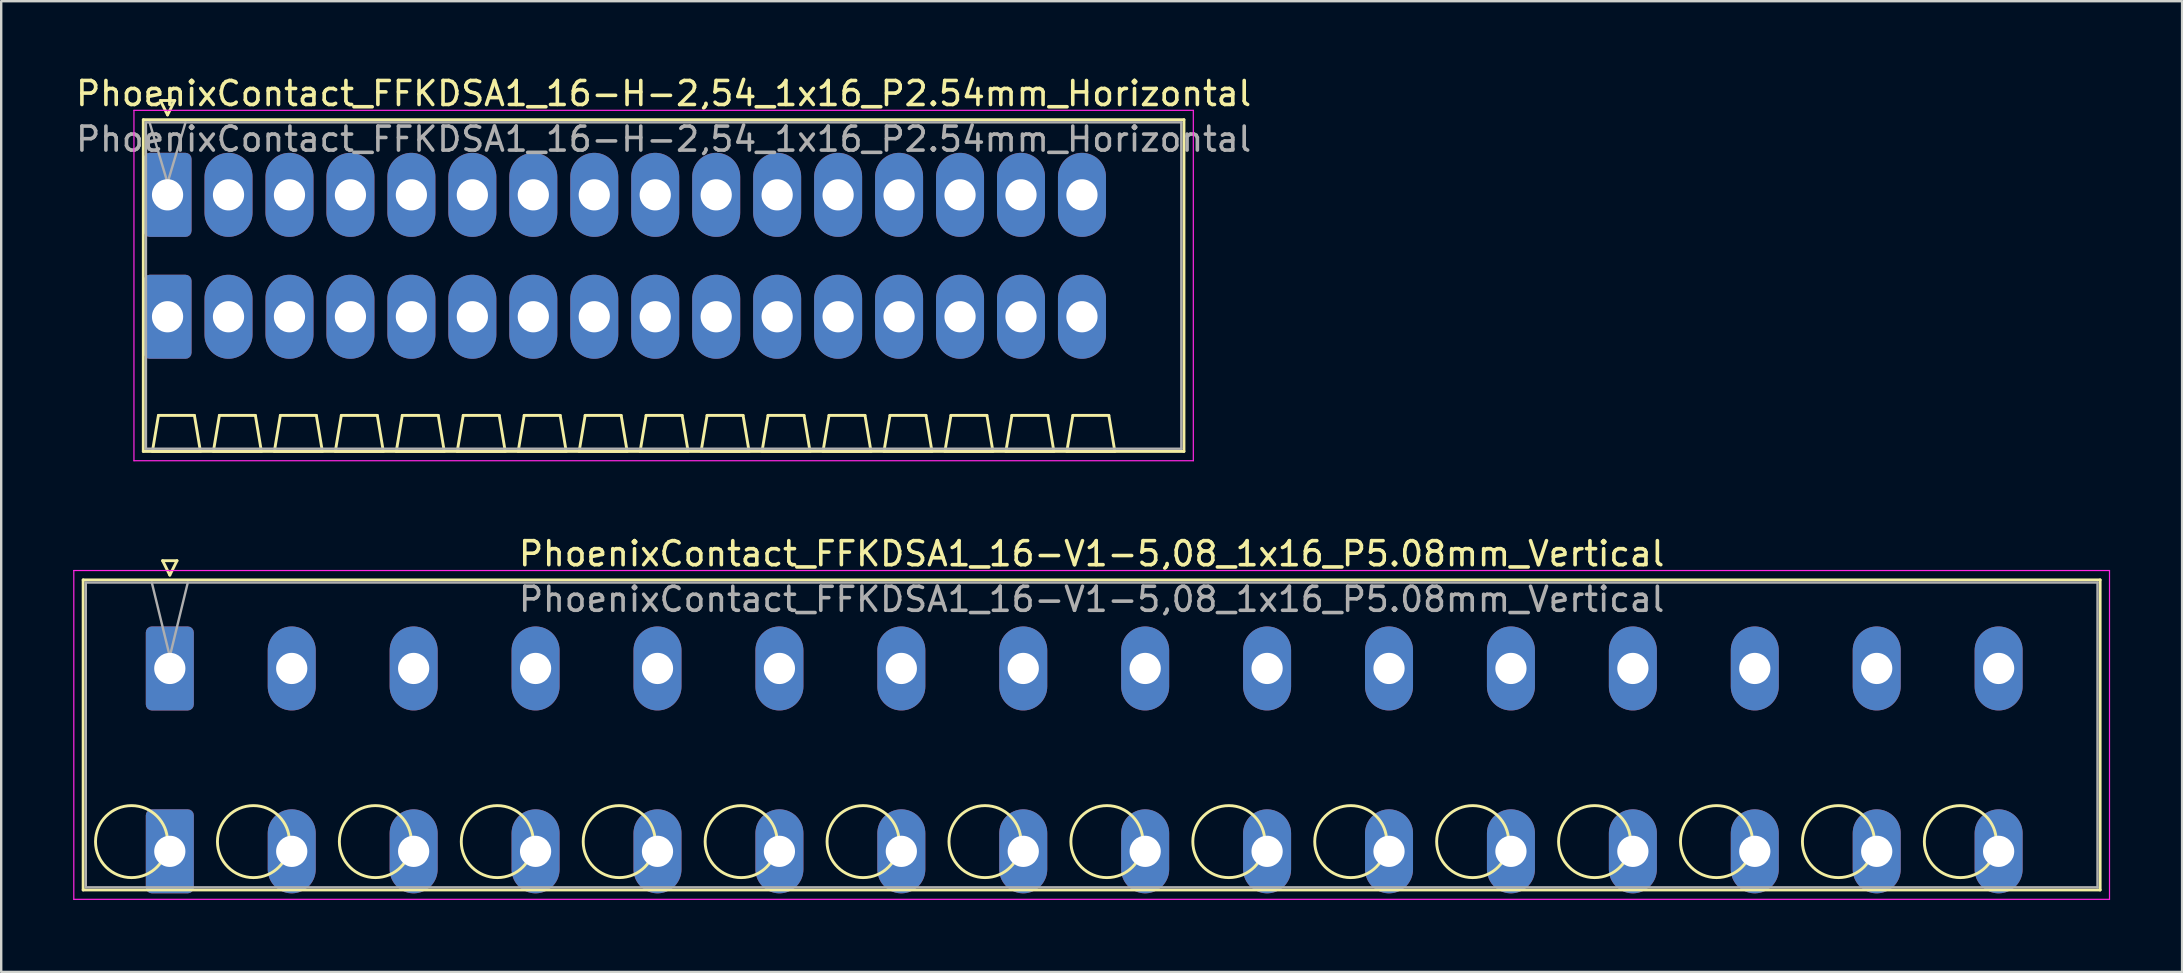
<source format=kicad_pcb>
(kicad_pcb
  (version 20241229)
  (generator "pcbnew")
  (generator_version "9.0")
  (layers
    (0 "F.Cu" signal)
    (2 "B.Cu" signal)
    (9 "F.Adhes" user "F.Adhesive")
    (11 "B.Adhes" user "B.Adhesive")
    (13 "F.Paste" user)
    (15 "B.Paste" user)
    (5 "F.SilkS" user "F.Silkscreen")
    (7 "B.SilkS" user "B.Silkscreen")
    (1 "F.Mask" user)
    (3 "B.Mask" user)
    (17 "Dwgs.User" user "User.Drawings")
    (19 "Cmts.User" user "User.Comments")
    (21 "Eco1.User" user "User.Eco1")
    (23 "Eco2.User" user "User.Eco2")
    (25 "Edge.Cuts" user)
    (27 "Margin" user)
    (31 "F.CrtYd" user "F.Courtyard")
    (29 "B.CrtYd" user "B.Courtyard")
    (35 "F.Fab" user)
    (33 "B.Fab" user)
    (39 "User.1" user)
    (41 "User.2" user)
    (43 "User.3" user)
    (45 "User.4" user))
  (footprint "PhoenixContact_FFKDSA1_16-V1-5,08_1x16_P5.08mm_Vertical"
    (layer "F.Cu")
    (at 4.025 24.802)
    (property "Reference" "PhoenixContact_FFKDSA1_16-V1-5,08_1x16_P5.08mm_Vertical" (at 38.41 -4.78 0) (layer "F.SilkS") (effects (font (size 1 1) (thickness 0.15))))
    (attr through_hole)
    (fp_line (start -3.61 -3.69) (end -3.61 9.23) (stroke (width 0.12) (type solid)) (layer "F.SilkS"))
    (fp_line (start -3.61 9.23) (end 80.43 9.23) (stroke (width 0.12) (type solid)) (layer "F.SilkS"))
    (fp_line (start -0.3 -4.49) (end 0.3 -4.49) (stroke (width 0.12) (type solid)) (layer "F.SilkS"))
    (fp_line (start 0 -3.89) (end -0.3 -4.49) (stroke (width 0.12) (type solid)) (layer "F.SilkS"))
    (fp_line (start 0.3 -4.49) (end 0 -3.89) (stroke (width 0.12) (type solid)) (layer "F.SilkS"))
    (fp_line (start 80.43 -3.69) (end -3.61 -3.69) (stroke (width 0.12) (type solid)) (layer "F.SilkS"))
    (fp_line (start 80.43 9.23) (end 80.43 -3.69) (stroke (width 0.12) (type solid)) (layer "F.SilkS"))
    (fp_circle (center -1.595 7.215) (end -0.095 7.215) (stroke (width 0.12) (type solid)) (fill no) (layer "F.SilkS"))
    (fp_circle (center 3.485 7.215) (end 4.985 7.215) (stroke (width 0.12) (type solid)) (fill no) (layer "F.SilkS"))
    (fp_circle (center 8.565 7.215) (end 10.065 7.215) (stroke (width 0.12) (type solid)) (fill no) (layer "F.SilkS"))
    (fp_circle (center 13.645 7.215) (end 15.145 7.215) (stroke (width 0.12) (type solid)) (fill no) (layer "F.SilkS"))
    (fp_circle (center 18.725 7.215) (end 20.225 7.215) (stroke (width 0.12) (type solid)) (fill no) (layer "F.SilkS"))
    (fp_circle (center 23.805 7.215) (end 25.305 7.215) (stroke (width 0.12) (type solid)) (fill no) (layer "F.SilkS"))
    (fp_circle (center 28.885 7.215) (end 30.385 7.215) (stroke (width 0.12) (type solid)) (fill no) (layer "F.SilkS"))
    (fp_circle (center 33.965 7.215) (end 35.465 7.215) (stroke (width 0.12) (type solid)) (fill no) (layer "F.SilkS"))
    (fp_circle (center 39.045 7.215) (end 40.545 7.215) (stroke (width 0.12) (type solid)) (fill no) (layer "F.SilkS"))
    (fp_circle (center 44.125 7.215) (end 45.625 7.215) (stroke (width 0.12) (type solid)) (fill no) (layer "F.SilkS"))
    (fp_circle (center 49.205 7.215) (end 50.705 7.215) (stroke (width 0.12) (type solid)) (fill no) (layer "F.SilkS"))
    (fp_circle (center 54.285 7.215) (end 55.785 7.215) (stroke (width 0.12) (type solid)) (fill no) (layer "F.SilkS"))
    (fp_circle (center 59.365 7.215) (end 60.865 7.215) (stroke (width 0.12) (type solid)) (fill no) (layer "F.SilkS"))
    (fp_circle (center 64.445 7.215) (end 65.945 7.215) (stroke (width 0.12) (type solid)) (fill no) (layer "F.SilkS"))
    (fp_circle (center 69.525 7.215) (end 71.025 7.215) (stroke (width 0.12) (type solid)) (fill no) (layer "F.SilkS"))
    (fp_circle (center 74.605 7.215) (end 76.105 7.215) (stroke (width 0.12) (type solid)) (fill no) (layer "F.SilkS"))
    (fp_line (start -4 -4.08) (end -4 9.62) (stroke (width 0.05) (type solid)) (layer "F.CrtYd"))
    (fp_line (start -4 9.62) (end 80.82 9.62) (stroke (width 0.05) (type solid)) (layer "F.CrtYd"))
    (fp_line (start 80.82 -4.08) (end -4 -4.08) (stroke (width 0.05) (type solid)) (layer "F.CrtYd"))
    (fp_line (start 80.82 9.62) (end 80.82 -4.08) (stroke (width 0.05) (type solid)) (layer "F.CrtYd"))
    (fp_line (start -3.5 -3.58) (end -3.5 9.12) (stroke (width 0.1) (type solid)) (layer "F.Fab"))
    (fp_line (start -3.5 9.12) (end 80.32 9.12) (stroke (width 0.1) (type solid)) (layer "F.Fab"))
    (fp_line (start 0 -0.5) (end -0.75 -3.58) (stroke (width 0.1) (type solid)) (layer "F.Fab"))
    (fp_line (start 0.75 -3.58) (end 0 -0.5) (stroke (width 0.1) (type solid)) (layer "F.Fab"))
    (fp_line (start 80.32 -3.58) (end -3.5 -3.58) (stroke (width 0.1) (type solid)) (layer "F.Fab"))
    (fp_line (start 80.32 9.12) (end 80.32 -3.58) (stroke (width 0.1) (type solid)) (layer "F.Fab"))
    (fp_text user "${REFERENCE}" (at 38.41 -2.88 0) (layer "F.Fab") (effects (font (size 1 1) (thickness 0.15))))
    (pad "1" thru_hole roundrect (at 0 0) (size 2 3.5) (drill 1.3) (layers "*.Cu" "*.Mask") (roundrect_rratio 0.125))
    (pad "1" thru_hole roundrect (at 0 7.62) (size 2 3.5) (drill 1.3) (layers "*.Cu" "*.Mask") (roundrect_rratio 0.125))
    (pad "2" thru_hole oval (at 5.08 0) (size 2 3.5) (drill 1.3) (layers "*.Cu" "*.Mask"))
    (pad "2" thru_hole oval (at 5.08 7.62) (size 2 3.5) (drill 1.3) (layers "*.Cu" "*.Mask"))
    (pad "3" thru_hole oval (at 10.16 0) (size 2 3.5) (drill 1.3) (layers "*.Cu" "*.Mask"))
    (pad "3" thru_hole oval (at 10.16 7.62) (size 2 3.5) (drill 1.3) (layers "*.Cu" "*.Mask"))
    (pad "4" thru_hole oval (at 15.24 0) (size 2 3.5) (drill 1.3) (layers "*.Cu" "*.Mask"))
    (pad "4" thru_hole oval (at 15.24 7.62) (size 2 3.5) (drill 1.3) (layers "*.Cu" "*.Mask"))
    (pad "5" thru_hole oval (at 20.32 0) (size 2 3.5) (drill 1.3) (layers "*.Cu" "*.Mask"))
    (pad "5" thru_hole oval (at 20.32 7.62) (size 2 3.5) (drill 1.3) (layers "*.Cu" "*.Mask"))
    (pad "6" thru_hole oval (at 25.4 0) (size 2 3.5) (drill 1.3) (layers "*.Cu" "*.Mask"))
    (pad "6" thru_hole oval (at 25.4 7.62) (size 2 3.5) (drill 1.3) (layers "*.Cu" "*.Mask"))
    (pad "7" thru_hole oval (at 30.48 0) (size 2 3.5) (drill 1.3) (layers "*.Cu" "*.Mask"))
    (pad "7" thru_hole oval (at 30.48 7.62) (size 2 3.5) (drill 1.3) (layers "*.Cu" "*.Mask"))
    (pad "8" thru_hole oval (at 35.56 0) (size 2 3.5) (drill 1.3) (layers "*.Cu" "*.Mask"))
    (pad "8" thru_hole oval (at 35.56 7.62) (size 2 3.5) (drill 1.3) (layers "*.Cu" "*.Mask"))
    (pad "9" thru_hole oval (at 40.64 0) (size 2 3.5) (drill 1.3) (layers "*.Cu" "*.Mask"))
    (pad "9" thru_hole oval (at 40.64 7.62) (size 2 3.5) (drill 1.3) (layers "*.Cu" "*.Mask"))
    (pad "10" thru_hole oval (at 45.72 0) (size 2 3.5) (drill 1.3) (layers "*.Cu" "*.Mask"))
    (pad "10" thru_hole oval (at 45.72 7.62) (size 2 3.5) (drill 1.3) (layers "*.Cu" "*.Mask"))
    (pad "11" thru_hole oval (at 50.8 0) (size 2 3.5) (drill 1.3) (layers "*.Cu" "*.Mask"))
    (pad "11" thru_hole oval (at 50.8 7.62) (size 2 3.5) (drill 1.3) (layers "*.Cu" "*.Mask"))
    (pad "12" thru_hole oval (at 55.88 0) (size 2 3.5) (drill 1.3) (layers "*.Cu" "*.Mask"))
    (pad "12" thru_hole oval (at 55.88 7.62) (size 2 3.5) (drill 1.3) (layers "*.Cu" "*.Mask"))
    (pad "13" thru_hole oval (at 60.96 0) (size 2 3.5) (drill 1.3) (layers "*.Cu" "*.Mask"))
    (pad "13" thru_hole oval (at 60.96 7.62) (size 2 3.5) (drill 1.3) (layers "*.Cu" "*.Mask"))
    (pad "14" thru_hole oval (at 66.04 0) (size 2 3.5) (drill 1.3) (layers "*.Cu" "*.Mask"))
    (pad "14" thru_hole oval (at 66.04 7.62) (size 2 3.5) (drill 1.3) (layers "*.Cu" "*.Mask"))
    (pad "15" thru_hole oval (at 71.12 0) (size 2 3.5) (drill 1.3) (layers "*.Cu" "*.Mask"))
    (pad "15" thru_hole oval (at 71.12 7.62) (size 2 3.5) (drill 1.3) (layers "*.Cu" "*.Mask"))
    (pad "16" thru_hole oval (at 76.2 0) (size 2 3.5) (drill 1.3) (layers "*.Cu" "*.Mask"))
    (pad "16" thru_hole oval (at 76.2 7.62) (size 2 3.5) (drill 1.3) (layers "*.Cu" "*.Mask")))
  (footprint "PhoenixContact_FFKDSA1_16-H-2,54_1x16_P2.54mm_Horizontal"
    (layer "F.Cu")
    (at 3.931 5.068)
    (property "Reference" "PhoenixContact_FFKDSA1_16-H-2,54_1x16_P2.54mm_Horizontal" (at 20.67 -4.22 0) (layer "F.SilkS") (effects (font (size 1 1) (thickness 0.15))))
    (attr through_hole)
    (fp_line (start -1.01 -3.13) (end -1.01 10.69) (stroke (width 0.12) (type solid)) (layer "F.SilkS"))
    (fp_line (start -1.01 10.69) (end 42.35 10.69) (stroke (width 0.12) (type solid)) (layer "F.SilkS"))
    (fp_line (start -0.63 10.69) (end 1.37 10.69) (stroke (width 0.12) (type solid)) (layer "F.SilkS"))
    (fp_line (start -0.38 9.19) (end -0.63 10.69) (stroke (width 0.12) (type solid)) (layer "F.SilkS"))
    (fp_line (start -0.3 -3.93) (end 0.3 -3.93) (stroke (width 0.12) (type solid)) (layer "F.SilkS"))
    (fp_line (start 0 -3.33) (end -0.3 -3.93) (stroke (width 0.12) (type solid)) (layer "F.SilkS"))
    (fp_line (start 0.3 -3.93) (end 0 -3.33) (stroke (width 0.12) (type solid)) (layer "F.SilkS"))
    (fp_line (start 1.12 9.19) (end -0.38 9.19) (stroke (width 0.12) (type solid)) (layer "F.SilkS"))
    (fp_line (start 1.37 10.69) (end 1.12 9.19) (stroke (width 0.12) (type solid)) (layer "F.SilkS"))
    (fp_line (start 1.91 10.69) (end 3.91 10.69) (stroke (width 0.12) (type solid)) (layer "F.SilkS"))
    (fp_line (start 2.16 9.19) (end 1.91 10.69) (stroke (width 0.12) (type solid)) (layer "F.SilkS"))
    (fp_line (start 3.66 9.19) (end 2.16 9.19) (stroke (width 0.12) (type solid)) (layer "F.SilkS"))
    (fp_line (start 3.91 10.69) (end 3.66 9.19) (stroke (width 0.12) (type solid)) (layer "F.SilkS"))
    (fp_line (start 4.45 10.69) (end 6.45 10.69) (stroke (width 0.12) (type solid)) (layer "F.SilkS"))
    (fp_line (start 4.7 9.19) (end 4.45 10.69) (stroke (width 0.12) (type solid)) (layer "F.SilkS"))
    (fp_line (start 6.2 9.19) (end 4.7 9.19) (stroke (width 0.12) (type solid)) (layer "F.SilkS"))
    (fp_line (start 6.45 10.69) (end 6.2 9.19) (stroke (width 0.12) (type solid)) (layer "F.SilkS"))
    (fp_line (start 6.99 10.69) (end 8.99 10.69) (stroke (width 0.12) (type solid)) (layer "F.SilkS"))
    (fp_line (start 7.24 9.19) (end 6.99 10.69) (stroke (width 0.12) (type solid)) (layer "F.SilkS"))
    (fp_line (start 8.74 9.19) (end 7.24 9.19) (stroke (width 0.12) (type solid)) (layer "F.SilkS"))
    (fp_line (start 8.99 10.69) (end 8.74 9.19) (stroke (width 0.12) (type solid)) (layer "F.SilkS"))
    (fp_line (start 9.53 10.69) (end 11.53 10.69) (stroke (width 0.12) (type solid)) (layer "F.SilkS"))
    (fp_line (start 9.78 9.19) (end 9.53 10.69) (stroke (width 0.12) (type solid)) (layer "F.SilkS"))
    (fp_line (start 11.28 9.19) (end 9.78 9.19) (stroke (width 0.12) (type solid)) (layer "F.SilkS"))
    (fp_line (start 11.53 10.69) (end 11.28 9.19) (stroke (width 0.12) (type solid)) (layer "F.SilkS"))
    (fp_line (start 12.07 10.69) (end 14.07 10.69) (stroke (width 0.12) (type solid)) (layer "F.SilkS"))
    (fp_line (start 12.32 9.19) (end 12.07 10.69) (stroke (width 0.12) (type solid)) (layer "F.SilkS"))
    (fp_line (start 13.82 9.19) (end 12.32 9.19) (stroke (width 0.12) (type solid)) (layer "F.SilkS"))
    (fp_line (start 14.07 10.69) (end 13.82 9.19) (stroke (width 0.12) (type solid)) (layer "F.SilkS"))
    (fp_line (start 14.61 10.69) (end 16.61 10.69) (stroke (width 0.12) (type solid)) (layer "F.SilkS"))
    (fp_line (start 14.86 9.19) (end 14.61 10.69) (stroke (width 0.12) (type solid)) (layer "F.SilkS"))
    (fp_line (start 16.36 9.19) (end 14.86 9.19) (stroke (width 0.12) (type solid)) (layer "F.SilkS"))
    (fp_line (start 16.61 10.69) (end 16.36 9.19) (stroke (width 0.12) (type solid)) (layer "F.SilkS"))
    (fp_line (start 17.15 10.69) (end 19.15 10.69) (stroke (width 0.12) (type solid)) (layer "F.SilkS"))
    (fp_line (start 17.4 9.19) (end 17.15 10.69) (stroke (width 0.12) (type solid)) (layer "F.SilkS"))
    (fp_line (start 18.9 9.19) (end 17.4 9.19) (stroke (width 0.12) (type solid)) (layer "F.SilkS"))
    (fp_line (start 19.15 10.69) (end 18.9 9.19) (stroke (width 0.12) (type solid)) (layer "F.SilkS"))
    (fp_line (start 19.69 10.69) (end 21.69 10.69) (stroke (width 0.12) (type solid)) (layer "F.SilkS"))
    (fp_line (start 19.94 9.19) (end 19.69 10.69) (stroke (width 0.12) (type solid)) (layer "F.SilkS"))
    (fp_line (start 21.44 9.19) (end 19.94 9.19) (stroke (width 0.12) (type solid)) (layer "F.SilkS"))
    (fp_line (start 21.69 10.69) (end 21.44 9.19) (stroke (width 0.12) (type solid)) (layer "F.SilkS"))
    (fp_line (start 22.23 10.69) (end 24.23 10.69) (stroke (width 0.12) (type solid)) (layer "F.SilkS"))
    (fp_line (start 22.48 9.19) (end 22.23 10.69) (stroke (width 0.12) (type solid)) (layer "F.SilkS"))
    (fp_line (start 23.98 9.19) (end 22.48 9.19) (stroke (width 0.12) (type solid)) (layer "F.SilkS"))
    (fp_line (start 24.23 10.69) (end 23.98 9.19) (stroke (width 0.12) (type solid)) (layer "F.SilkS"))
    (fp_line (start 24.77 10.69) (end 26.77 10.69) (stroke (width 0.12) (type solid)) (layer "F.SilkS"))
    (fp_line (start 25.02 9.19) (end 24.77 10.69) (stroke (width 0.12) (type solid)) (layer "F.SilkS"))
    (fp_line (start 26.52 9.19) (end 25.02 9.19) (stroke (width 0.12) (type solid)) (layer "F.SilkS"))
    (fp_line (start 26.77 10.69) (end 26.52 9.19) (stroke (width 0.12) (type solid)) (layer "F.SilkS"))
    (fp_line (start 27.31 10.69) (end 29.31 10.69) (stroke (width 0.12) (type solid)) (layer "F.SilkS"))
    (fp_line (start 27.56 9.19) (end 27.31 10.69) (stroke (width 0.12) (type solid)) (layer "F.SilkS"))
    (fp_line (start 29.06 9.19) (end 27.56 9.19) (stroke (width 0.12) (type solid)) (layer "F.SilkS"))
    (fp_line (start 29.31 10.69) (end 29.06 9.19) (stroke (width 0.12) (type solid)) (layer "F.SilkS"))
    (fp_line (start 29.85 10.69) (end 31.85 10.69) (stroke (width 0.12) (type solid)) (layer "F.SilkS"))
    (fp_line (start 30.1 9.19) (end 29.85 10.69) (stroke (width 0.12) (type solid)) (layer "F.SilkS"))
    (fp_line (start 31.6 9.19) (end 30.1 9.19) (stroke (width 0.12) (type solid)) (layer "F.SilkS"))
    (fp_line (start 31.85 10.69) (end 31.6 9.19) (stroke (width 0.12) (type solid)) (layer "F.SilkS"))
    (fp_line (start 32.39 10.69) (end 34.39 10.69) (stroke (width 0.12) (type solid)) (layer "F.SilkS"))
    (fp_line (start 32.64 9.19) (end 32.39 10.69) (stroke (width 0.12) (type solid)) (layer "F.SilkS"))
    (fp_line (start 34.14 9.19) (end 32.64 9.19) (stroke (width 0.12) (type solid)) (layer "F.SilkS"))
    (fp_line (start 34.39 10.69) (end 34.14 9.19) (stroke (width 0.12) (type solid)) (layer "F.SilkS"))
    (fp_line (start 34.93 10.69) (end 36.93 10.69) (stroke (width 0.12) (type solid)) (layer "F.SilkS"))
    (fp_line (start 35.18 9.19) (end 34.93 10.69) (stroke (width 0.12) (type solid)) (layer "F.SilkS"))
    (fp_line (start 36.68 9.19) (end 35.18 9.19) (stroke (width 0.12) (type solid)) (layer "F.SilkS"))
    (fp_line (start 36.93 10.69) (end 36.68 9.19) (stroke (width 0.12) (type solid)) (layer "F.SilkS"))
    (fp_line (start 37.47 10.69) (end 39.47 10.69) (stroke (width 0.12) (type solid)) (layer "F.SilkS"))
    (fp_line (start 37.72 9.19) (end 37.47 10.69) (stroke (width 0.12) (type solid)) (layer "F.SilkS"))
    (fp_line (start 39.22 9.19) (end 37.72 9.19) (stroke (width 0.12) (type solid)) (layer "F.SilkS"))
    (fp_line (start 39.47 10.69) (end 39.22 9.19) (stroke (width 0.12) (type solid)) (layer "F.SilkS"))
    (fp_line (start 42.35 -3.13) (end -1.01 -3.13) (stroke (width 0.12) (type solid)) (layer "F.SilkS"))
    (fp_line (start 42.35 10.69) (end 42.35 -3.13) (stroke (width 0.12) (type solid)) (layer "F.SilkS"))
    (fp_line (start -1.4 -3.52) (end -1.4 11.08) (stroke (width 0.05) (type solid)) (layer "F.CrtYd"))
    (fp_line (start -1.4 11.08) (end 42.74 11.08) (stroke (width 0.05) (type solid)) (layer "F.CrtYd"))
    (fp_line (start 42.74 -3.52) (end -1.4 -3.52) (stroke (width 0.05) (type solid)) (layer "F.CrtYd"))
    (fp_line (start 42.74 11.08) (end 42.74 -3.52) (stroke (width 0.05) (type solid)) (layer "F.CrtYd"))
    (fp_line (start -0.9 -3.02) (end -0.9 10.58) (stroke (width 0.1) (type solid)) (layer "F.Fab"))
    (fp_line (start -0.9 10.58) (end 42.24 10.58) (stroke (width 0.1) (type solid)) (layer "F.Fab"))
    (fp_line (start 0 -0.5) (end -0.75 -3.02) (stroke (width 0.1) (type solid)) (layer "F.Fab"))
    (fp_line (start 0.75 -3.02) (end 0 -0.5) (stroke (width 0.1) (type solid)) (layer "F.Fab"))
    (fp_line (start 42.24 -3.02) (end -0.9 -3.02) (stroke (width 0.1) (type solid)) (layer "F.Fab"))
    (fp_line (start 42.24 10.58) (end 42.24 -3.02) (stroke (width 0.1) (type solid)) (layer "F.Fab"))
    (fp_text user "${REFERENCE}" (at 20.67 -2.32 0) (layer "F.Fab") (effects (font (size 1 1) (thickness 0.15))))
    (pad "1" thru_hole roundrect (at 0 0) (size 2 3.5) (drill 1.3) (layers "*.Cu" "*.Mask") (roundrect_rratio 0.125))
    (pad "1" thru_hole roundrect (at 0 5.08) (size 2 3.5) (drill 1.3) (layers "*.Cu" "*.Mask") (roundrect_rratio 0.125))
    (pad "2" thru_hole oval (at 2.54 0) (size 2 3.5) (drill 1.3) (layers "*.Cu" "*.Mask"))
    (pad "2" thru_hole oval (at 2.54 5.08) (size 2 3.5) (drill 1.3) (layers "*.Cu" "*.Mask"))
    (pad "3" thru_hole oval (at 5.08 0) (size 2 3.5) (drill 1.3) (layers "*.Cu" "*.Mask"))
    (pad "3" thru_hole oval (at 5.08 5.08) (size 2 3.5) (drill 1.3) (layers "*.Cu" "*.Mask"))
    (pad "4" thru_hole oval (at 7.62 0) (size 2 3.5) (drill 1.3) (layers "*.Cu" "*.Mask"))
    (pad "4" thru_hole oval (at 7.62 5.08) (size 2 3.5) (drill 1.3) (layers "*.Cu" "*.Mask"))
    (pad "5" thru_hole oval (at 10.16 0) (size 2 3.5) (drill 1.3) (layers "*.Cu" "*.Mask"))
    (pad "5" thru_hole oval (at 10.16 5.08) (size 2 3.5) (drill 1.3) (layers "*.Cu" "*.Mask"))
    (pad "6" thru_hole oval (at 12.7 0) (size 2 3.5) (drill 1.3) (layers "*.Cu" "*.Mask"))
    (pad "6" thru_hole oval (at 12.7 5.08) (size 2 3.5) (drill 1.3) (layers "*.Cu" "*.Mask"))
    (pad "7" thru_hole oval (at 15.24 0) (size 2 3.5) (drill 1.3) (layers "*.Cu" "*.Mask"))
    (pad "7" thru_hole oval (at 15.24 5.08) (size 2 3.5) (drill 1.3) (layers "*.Cu" "*.Mask"))
    (pad "8" thru_hole oval (at 17.78 0) (size 2 3.5) (drill 1.3) (layers "*.Cu" "*.Mask"))
    (pad "8" thru_hole oval (at 17.78 5.08) (size 2 3.5) (drill 1.3) (layers "*.Cu" "*.Mask"))
    (pad "9" thru_hole oval (at 20.32 0) (size 2 3.5) (drill 1.3) (layers "*.Cu" "*.Mask"))
    (pad "9" thru_hole oval (at 20.32 5.08) (size 2 3.5) (drill 1.3) (layers "*.Cu" "*.Mask"))
    (pad "10" thru_hole oval (at 22.86 0) (size 2 3.5) (drill 1.3) (layers "*.Cu" "*.Mask"))
    (pad "10" thru_hole oval (at 22.86 5.08) (size 2 3.5) (drill 1.3) (layers "*.Cu" "*.Mask"))
    (pad "11" thru_hole oval (at 25.4 0) (size 2 3.5) (drill 1.3) (layers "*.Cu" "*.Mask"))
    (pad "11" thru_hole oval (at 25.4 5.08) (size 2 3.5) (drill 1.3) (layers "*.Cu" "*.Mask"))
    (pad "12" thru_hole oval (at 27.94 0) (size 2 3.5) (drill 1.3) (layers "*.Cu" "*.Mask"))
    (pad "12" thru_hole oval (at 27.94 5.08) (size 2 3.5) (drill 1.3) (layers "*.Cu" "*.Mask"))
    (pad "13" thru_hole oval (at 30.48 0) (size 2 3.5) (drill 1.3) (layers "*.Cu" "*.Mask"))
    (pad "13" thru_hole oval (at 30.48 5.08) (size 2 3.5) (drill 1.3) (layers "*.Cu" "*.Mask"))
    (pad "14" thru_hole oval (at 33.02 0) (size 2 3.5) (drill 1.3) (layers "*.Cu" "*.Mask"))
    (pad "14" thru_hole oval (at 33.02 5.08) (size 2 3.5) (drill 1.3) (layers "*.Cu" "*.Mask"))
    (pad "15" thru_hole oval (at 35.56 0) (size 2 3.5) (drill 1.3) (layers "*.Cu" "*.Mask"))
    (pad "15" thru_hole oval (at 35.56 5.08) (size 2 3.5) (drill 1.3) (layers "*.Cu" "*.Mask"))
    (pad "16" thru_hole oval (at 38.1 0) (size 2 3.5) (drill 1.3) (layers "*.Cu" "*.Mask"))
    (pad "16" thru_hole oval (at 38.1 5.08) (size 2 3.5) (drill 1.3) (layers "*.Cu" "*.Mask")))
  (gr_rect
    (start -3 -3)
    (end 87.87 37.447)
    (stroke (width 0.1) (type default))
    (fill no)
    (layer "Edge.Cuts")))
</source>
